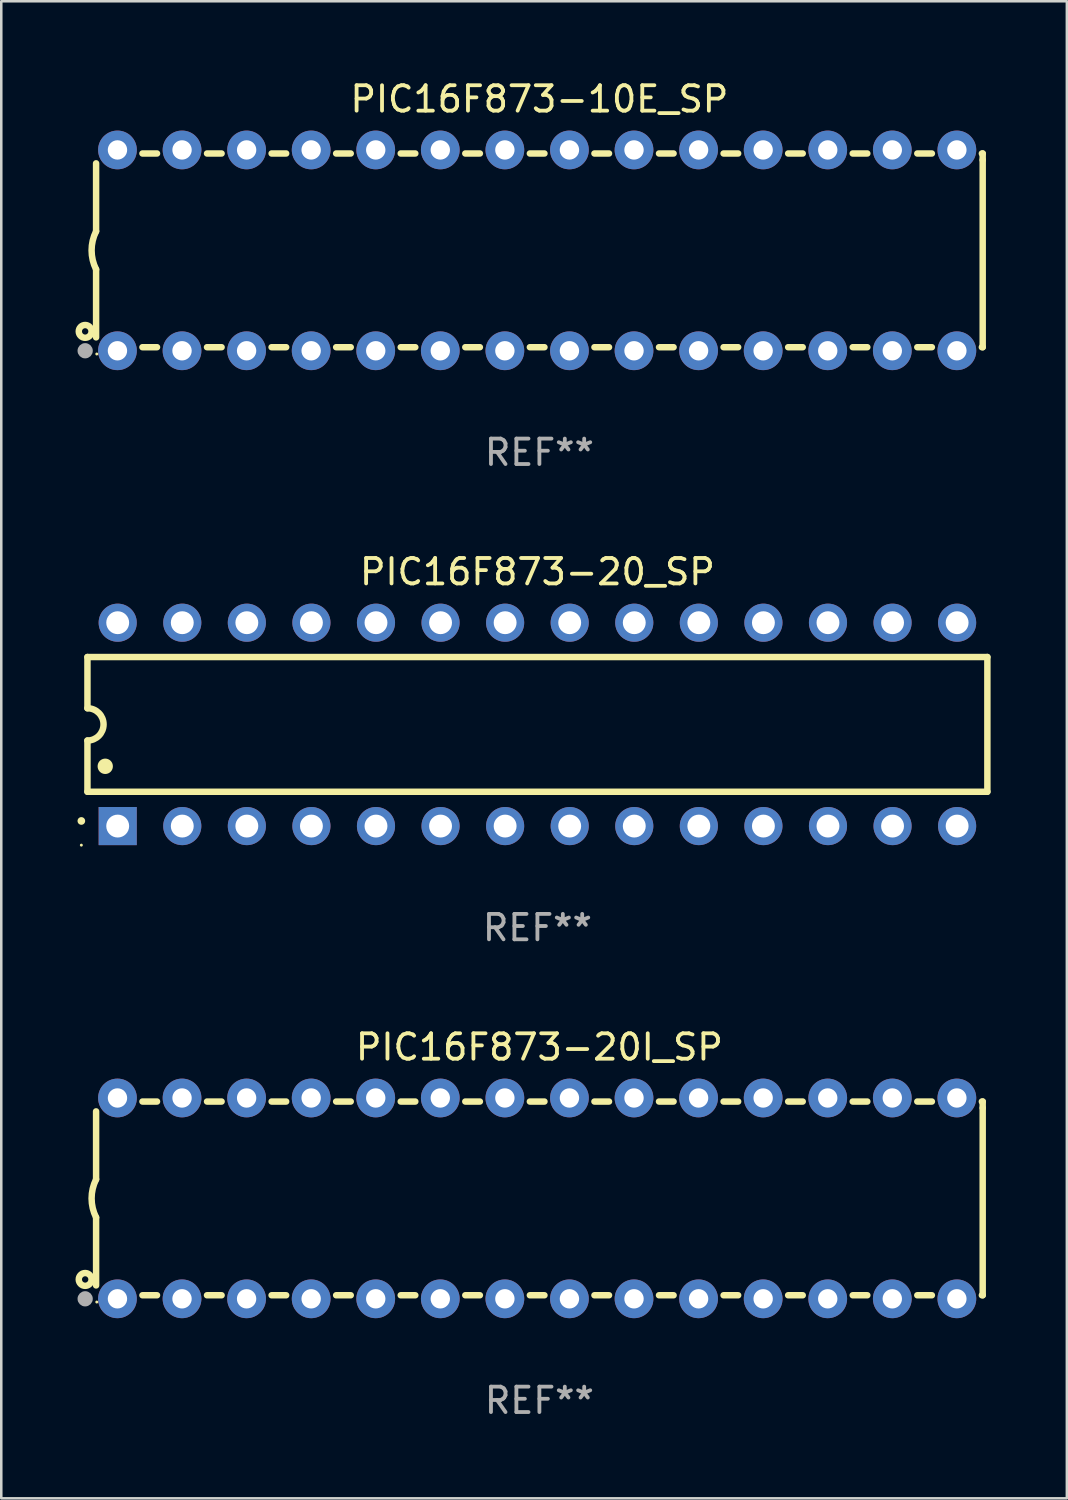
<source format=kicad_pcb>
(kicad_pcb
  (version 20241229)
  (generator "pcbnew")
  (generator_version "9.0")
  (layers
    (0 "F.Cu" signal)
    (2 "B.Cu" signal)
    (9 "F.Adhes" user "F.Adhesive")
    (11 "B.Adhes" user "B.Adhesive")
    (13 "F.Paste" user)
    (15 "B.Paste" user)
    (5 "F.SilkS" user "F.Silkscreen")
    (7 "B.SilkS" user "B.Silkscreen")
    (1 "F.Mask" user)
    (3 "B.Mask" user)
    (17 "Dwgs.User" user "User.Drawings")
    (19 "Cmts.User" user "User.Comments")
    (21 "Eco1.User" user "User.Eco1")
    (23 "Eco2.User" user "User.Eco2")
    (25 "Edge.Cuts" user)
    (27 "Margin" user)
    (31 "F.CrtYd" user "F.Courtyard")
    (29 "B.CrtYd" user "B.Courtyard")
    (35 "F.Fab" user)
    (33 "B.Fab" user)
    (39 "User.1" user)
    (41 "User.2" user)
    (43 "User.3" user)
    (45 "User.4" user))
  (footprint "PIC16F873-10E_SP"
    (layer "F.Cu")
    (at 18.168 6.798)
    (property "Reference" "PIC16F873-10E_SP" (at 0 -5.95 0) (layer "F.SilkS") (effects (font (size 1 1) (thickness 0.15))))
    (attr through_hole)
    (fp_line (start -17.438 0.75) (end -17.438 3.423) (stroke (width 0.254) (type solid)) (layer "F.SilkS"))
    (fp_line (start -17.438 -3.423) (end -17.438 -0.75) (stroke (width 0.254) (type solid)) (layer "F.SilkS"))
    (fp_line (start -15.615 3.81) (end -15.041 3.81) (stroke (width 0.254) (type solid)) (layer "F.SilkS"))
    (fp_line (start -15.041 -3.81) (end -15.614 -3.81) (stroke (width 0.254) (type solid)) (layer "F.SilkS"))
    (fp_line (start -13.075 3.81) (end -12.501 3.81) (stroke (width 0.254) (type solid)) (layer "F.SilkS"))
    (fp_line (start -12.501 -3.81) (end -13.074 -3.81) (stroke (width 0.254) (type solid)) (layer "F.SilkS"))
    (fp_line (start -10.535 3.81) (end -9.961 3.81) (stroke (width 0.254) (type solid)) (layer "F.SilkS"))
    (fp_line (start -9.961 -3.81) (end -10.534 -3.81) (stroke (width 0.254) (type solid)) (layer "F.SilkS"))
    (fp_line (start -7.995 3.81) (end -7.421 3.81) (stroke (width 0.254) (type solid)) (layer "F.SilkS"))
    (fp_line (start -7.421 -3.81) (end -7.995 -3.81) (stroke (width 0.254) (type solid)) (layer "F.SilkS"))
    (fp_line (start -5.455 3.81) (end -4.881 3.81) (stroke (width 0.254) (type solid)) (layer "F.SilkS"))
    (fp_line (start -4.881 -3.81) (end -5.455 -3.81) (stroke (width 0.254) (type solid)) (layer "F.SilkS"))
    (fp_line (start -2.915 3.81) (end -2.341 3.81) (stroke (width 0.254) (type solid)) (layer "F.SilkS"))
    (fp_line (start -2.341 -3.81) (end -2.915 -3.81) (stroke (width 0.254) (type solid)) (layer "F.SilkS"))
    (fp_line (start -0.375 3.81) (end 0.199 3.81) (stroke (width 0.254) (type solid)) (layer "F.SilkS"))
    (fp_line (start 0.199 -3.81) (end -0.375 -3.81) (stroke (width 0.254) (type solid)) (layer "F.SilkS"))
    (fp_line (start 2.165 3.81) (end 2.739 3.81) (stroke (width 0.254) (type solid)) (layer "F.SilkS"))
    (fp_line (start 2.739 -3.81) (end 2.165 -3.81) (stroke (width 0.254) (type solid)) (layer "F.SilkS"))
    (fp_line (start 4.705 3.81) (end 5.279 3.81) (stroke (width 0.254) (type solid)) (layer "F.SilkS"))
    (fp_line (start 5.279 -3.81) (end 4.705 -3.81) (stroke (width 0.254) (type solid)) (layer "F.SilkS"))
    (fp_line (start 7.245 3.81) (end 7.819 3.81) (stroke (width 0.254) (type solid)) (layer "F.SilkS"))
    (fp_line (start 7.819 -3.81) (end 7.245 -3.81) (stroke (width 0.254) (type solid)) (layer "F.SilkS"))
    (fp_line (start 9.785 3.81) (end 10.359 3.81) (stroke (width 0.254) (type solid)) (layer "F.SilkS"))
    (fp_line (start 10.359 -3.81) (end 9.785 -3.81) (stroke (width 0.254) (type solid)) (layer "F.SilkS"))
    (fp_line (start 12.325 3.81) (end 12.899 3.81) (stroke (width 0.254) (type solid)) (layer "F.SilkS"))
    (fp_line (start 12.899 -3.81) (end 12.325 -3.81) (stroke (width 0.254) (type solid)) (layer "F.SilkS"))
    (fp_line (start 14.865 3.81) (end 15.439 3.81) (stroke (width 0.254) (type solid)) (layer "F.SilkS"))
    (fp_line (start 15.439 -3.81) (end 14.865 -3.81) (stroke (width 0.254) (type solid)) (layer "F.SilkS"))
    (fp_line (start 17.405 3.81) (end 17.438 3.81) (stroke (width 0.254) (type solid)) (layer "F.SilkS"))
    (fp_line (start 17.438 -3.81) (end 17.405 -3.81) (stroke (width 0.254) (type solid)) (layer "F.SilkS"))
    (fp_line (start 17.438 -3.556) (end 17.438 -3.81) (stroke (width 0.254) (type solid)) (layer "F.SilkS"))
    (fp_line (start 17.438 3.81) (end 17.438 -3.556) (stroke (width 0.254) (type solid)) (layer "F.SilkS"))
    (fp_arc (start -17.437986 0.749657) (mid -17.614887 -0.000024) (end -17.437783 -0.749657) (stroke (width 0.254001) (type solid)) (layer "F.SilkS"))
    (fp_circle (center -17.868 3.188) (end -17.743 3.188) (stroke (width 0.254) (type solid)) (fill no) (layer "F.SilkS"))
    (fp_circle (center -17.411 4.077) (end -17.381 4.077) (stroke (width 0.06) (type solid)) (fill no) (layer "F.SilkS"))
    (fp_circle (center -17.868 3.95) (end -17.718 3.95) (stroke (width 0.3) (type solid)) (fill no) (layer "F.Fab"))
    (fp_text user "REF**" (at 0 7.95 0) (layer "F.Fab") (effects (font (size 1 1) (thickness 0.15))))
    (pad "1" thru_hole circle (at -16.598 3.95) (size 1.524 1.524) (drill 0.762) (layers "*.Cu" "*.Mask"))
    (pad "2" thru_hole circle (at -14.058 3.95) (size 1.524 1.524) (drill 0.762) (layers "*.Cu" "*.Mask"))
    (pad "3" thru_hole circle (at -11.518 3.95) (size 1.524 1.524) (drill 0.762) (layers "*.Cu" "*.Mask"))
    (pad "4" thru_hole circle (at -8.978 3.95) (size 1.524 1.524) (drill 0.762) (layers "*.Cu" "*.Mask"))
    (pad "5" thru_hole circle (at -6.438 3.95) (size 1.524 1.524) (drill 0.762) (layers "*.Cu" "*.Mask"))
    (pad "6" thru_hole circle (at -3.898 3.95) (size 1.524 1.524) (drill 0.762) (layers "*.Cu" "*.Mask"))
    (pad "7" thru_hole circle (at -1.358 3.95) (size 1.524 1.524) (drill 0.762) (layers "*.Cu" "*.Mask"))
    (pad "8" thru_hole circle (at 1.182 3.95) (size 1.524 1.524) (drill 0.762) (layers "*.Cu" "*.Mask"))
    (pad "9" thru_hole circle (at 3.722 3.95) (size 1.524 1.524) (drill 0.762) (layers "*.Cu" "*.Mask"))
    (pad "10" thru_hole circle (at 6.262 3.95) (size 1.524 1.524) (drill 0.762) (layers "*.Cu" "*.Mask"))
    (pad "11" thru_hole circle (at 8.802 3.95) (size 1.524 1.524) (drill 0.762) (layers "*.Cu" "*.Mask"))
    (pad "12" thru_hole circle (at 11.342 3.95) (size 1.524 1.524) (drill 0.762) (layers "*.Cu" "*.Mask"))
    (pad "13" thru_hole circle (at 13.882 3.95) (size 1.524 1.524) (drill 0.762) (layers "*.Cu" "*.Mask"))
    (pad "14" thru_hole circle (at 16.422 3.95) (size 1.524 1.524) (drill 0.762) (layers "*.Cu" "*.Mask"))
    (pad "15" thru_hole circle (at 16.422 -3.95) (size 1.524 1.524) (drill 0.762) (layers "*.Cu" "*.Mask"))
    (pad "16" thru_hole circle (at 13.882 -3.95) (size 1.524 1.524) (drill 0.762) (layers "*.Cu" "*.Mask"))
    (pad "17" thru_hole circle (at 11.342 -3.95) (size 1.524 1.524) (drill 0.762) (layers "*.Cu" "*.Mask"))
    (pad "18" thru_hole circle (at 8.802 -3.95) (size 1.524 1.524) (drill 0.762) (layers "*.Cu" "*.Mask"))
    (pad "19" thru_hole circle (at 6.262 -3.95) (size 1.524 1.524) (drill 0.762) (layers "*.Cu" "*.Mask"))
    (pad "20" thru_hole circle (at 3.722 -3.95) (size 1.524 1.524) (drill 0.762) (layers "*.Cu" "*.Mask"))
    (pad "21" thru_hole circle (at 1.182 -3.95) (size 1.524 1.524) (drill 0.762) (layers "*.Cu" "*.Mask"))
    (pad "22" thru_hole circle (at -1.358 -3.95) (size 1.524 1.524) (drill 0.762) (layers "*.Cu" "*.Mask"))
    (pad "23" thru_hole circle (at -3.898 -3.95) (size 1.524 1.524) (drill 0.762) (layers "*.Cu" "*.Mask"))
    (pad "24" thru_hole circle (at -6.438 -3.95) (size 1.524 1.524) (drill 0.762) (layers "*.Cu" "*.Mask"))
    (pad "25" thru_hole circle (at -8.978 -3.95) (size 1.524 1.524) (drill 0.762) (layers "*.Cu" "*.Mask"))
    (pad "26" thru_hole circle (at -11.517 -3.95) (size 1.524 1.524) (drill 0.762) (layers "*.Cu" "*.Mask"))
    (pad "27" thru_hole circle (at -14.057 -3.95) (size 1.524 1.524) (drill 0.762) (layers "*.Cu" "*.Mask"))
    (pad "28" thru_hole circle (at -16.597 -3.95) (size 1.524 1.524) (drill 0.762) (layers "*.Cu" "*.Mask")))
  (footprint "PIC16F873-20I_SP"
    (layer "F.Cu")
    (at 18.168 44.091)
    (property "Reference" "PIC16F873-20I_SP" (at 0 -5.95 0) (layer "F.SilkS") (effects (font (size 1 1) (thickness 0.15))))
    (attr through_hole)
    (fp_line (start -17.438 0.75) (end -17.438 3.423) (stroke (width 0.254) (type solid)) (layer "F.SilkS"))
    (fp_line (start -17.438 -3.423) (end -17.438 -0.75) (stroke (width 0.254) (type solid)) (layer "F.SilkS"))
    (fp_line (start -15.615 3.81) (end -15.041 3.81) (stroke (width 0.254) (type solid)) (layer "F.SilkS"))
    (fp_line (start -15.041 -3.81) (end -15.614 -3.81) (stroke (width 0.254) (type solid)) (layer "F.SilkS"))
    (fp_line (start -13.075 3.81) (end -12.501 3.81) (stroke (width 0.254) (type solid)) (layer "F.SilkS"))
    (fp_line (start -12.501 -3.81) (end -13.074 -3.81) (stroke (width 0.254) (type solid)) (layer "F.SilkS"))
    (fp_line (start -10.535 3.81) (end -9.961 3.81) (stroke (width 0.254) (type solid)) (layer "F.SilkS"))
    (fp_line (start -9.961 -3.81) (end -10.534 -3.81) (stroke (width 0.254) (type solid)) (layer "F.SilkS"))
    (fp_line (start -7.995 3.81) (end -7.421 3.81) (stroke (width 0.254) (type solid)) (layer "F.SilkS"))
    (fp_line (start -7.421 -3.81) (end -7.995 -3.81) (stroke (width 0.254) (type solid)) (layer "F.SilkS"))
    (fp_line (start -5.455 3.81) (end -4.881 3.81) (stroke (width 0.254) (type solid)) (layer "F.SilkS"))
    (fp_line (start -4.881 -3.81) (end -5.455 -3.81) (stroke (width 0.254) (type solid)) (layer "F.SilkS"))
    (fp_line (start -2.915 3.81) (end -2.341 3.81) (stroke (width 0.254) (type solid)) (layer "F.SilkS"))
    (fp_line (start -2.341 -3.81) (end -2.915 -3.81) (stroke (width 0.254) (type solid)) (layer "F.SilkS"))
    (fp_line (start -0.375 3.81) (end 0.199 3.81) (stroke (width 0.254) (type solid)) (layer "F.SilkS"))
    (fp_line (start 0.199 -3.81) (end -0.375 -3.81) (stroke (width 0.254) (type solid)) (layer "F.SilkS"))
    (fp_line (start 2.165 3.81) (end 2.739 3.81) (stroke (width 0.254) (type solid)) (layer "F.SilkS"))
    (fp_line (start 2.739 -3.81) (end 2.165 -3.81) (stroke (width 0.254) (type solid)) (layer "F.SilkS"))
    (fp_line (start 4.705 3.81) (end 5.279 3.81) (stroke (width 0.254) (type solid)) (layer "F.SilkS"))
    (fp_line (start 5.279 -3.81) (end 4.705 -3.81) (stroke (width 0.254) (type solid)) (layer "F.SilkS"))
    (fp_line (start 7.245 3.81) (end 7.819 3.81) (stroke (width 0.254) (type solid)) (layer "F.SilkS"))
    (fp_line (start 7.819 -3.81) (end 7.245 -3.81) (stroke (width 0.254) (type solid)) (layer "F.SilkS"))
    (fp_line (start 9.785 3.81) (end 10.359 3.81) (stroke (width 0.254) (type solid)) (layer "F.SilkS"))
    (fp_line (start 10.359 -3.81) (end 9.785 -3.81) (stroke (width 0.254) (type solid)) (layer "F.SilkS"))
    (fp_line (start 12.325 3.81) (end 12.899 3.81) (stroke (width 0.254) (type solid)) (layer "F.SilkS"))
    (fp_line (start 12.899 -3.81) (end 12.325 -3.81) (stroke (width 0.254) (type solid)) (layer "F.SilkS"))
    (fp_line (start 14.865 3.81) (end 15.439 3.81) (stroke (width 0.254) (type solid)) (layer "F.SilkS"))
    (fp_line (start 15.439 -3.81) (end 14.865 -3.81) (stroke (width 0.254) (type solid)) (layer "F.SilkS"))
    (fp_line (start 17.405 3.81) (end 17.438 3.81) (stroke (width 0.254) (type solid)) (layer "F.SilkS"))
    (fp_line (start 17.438 -3.81) (end 17.405 -3.81) (stroke (width 0.254) (type solid)) (layer "F.SilkS"))
    (fp_line (start 17.438 -3.556) (end 17.438 -3.81) (stroke (width 0.254) (type solid)) (layer "F.SilkS"))
    (fp_line (start 17.438 3.81) (end 17.438 -3.556) (stroke (width 0.254) (type solid)) (layer "F.SilkS"))
    (fp_arc (start -17.437986 0.749657) (mid -17.614887 -0.000024) (end -17.437783 -0.749657) (stroke (width 0.254001) (type solid)) (layer "F.SilkS"))
    (fp_circle (center -17.868 3.188) (end -17.743 3.188) (stroke (width 0.254) (type solid)) (fill no) (layer "F.SilkS"))
    (fp_circle (center -17.411 4.077) (end -17.381 4.077) (stroke (width 0.06) (type solid)) (fill no) (layer "F.SilkS"))
    (fp_circle (center -17.868 3.95) (end -17.718 3.95) (stroke (width 0.3) (type solid)) (fill no) (layer "F.Fab"))
    (fp_text user "REF**" (at 0 7.95 0) (layer "F.Fab") (effects (font (size 1 1) (thickness 0.15))))
    (pad "1" thru_hole circle (at -16.598 3.95) (size 1.524 1.524) (drill 0.762) (layers "*.Cu" "*.Mask"))
    (pad "2" thru_hole circle (at -14.058 3.95) (size 1.524 1.524) (drill 0.762) (layers "*.Cu" "*.Mask"))
    (pad "3" thru_hole circle (at -11.518 3.95) (size 1.524 1.524) (drill 0.762) (layers "*.Cu" "*.Mask"))
    (pad "4" thru_hole circle (at -8.978 3.95) (size 1.524 1.524) (drill 0.762) (layers "*.Cu" "*.Mask"))
    (pad "5" thru_hole circle (at -6.438 3.95) (size 1.524 1.524) (drill 0.762) (layers "*.Cu" "*.Mask"))
    (pad "6" thru_hole circle (at -3.898 3.95) (size 1.524 1.524) (drill 0.762) (layers "*.Cu" "*.Mask"))
    (pad "7" thru_hole circle (at -1.358 3.95) (size 1.524 1.524) (drill 0.762) (layers "*.Cu" "*.Mask"))
    (pad "8" thru_hole circle (at 1.182 3.95) (size 1.524 1.524) (drill 0.762) (layers "*.Cu" "*.Mask"))
    (pad "9" thru_hole circle (at 3.722 3.95) (size 1.524 1.524) (drill 0.762) (layers "*.Cu" "*.Mask"))
    (pad "10" thru_hole circle (at 6.262 3.95) (size 1.524 1.524) (drill 0.762) (layers "*.Cu" "*.Mask"))
    (pad "11" thru_hole circle (at 8.802 3.95) (size 1.524 1.524) (drill 0.762) (layers "*.Cu" "*.Mask"))
    (pad "12" thru_hole circle (at 11.342 3.95) (size 1.524 1.524) (drill 0.762) (layers "*.Cu" "*.Mask"))
    (pad "13" thru_hole circle (at 13.882 3.95) (size 1.524 1.524) (drill 0.762) (layers "*.Cu" "*.Mask"))
    (pad "14" thru_hole circle (at 16.422 3.95) (size 1.524 1.524) (drill 0.762) (layers "*.Cu" "*.Mask"))
    (pad "15" thru_hole circle (at 16.422 -3.95) (size 1.524 1.524) (drill 0.762) (layers "*.Cu" "*.Mask"))
    (pad "16" thru_hole circle (at 13.882 -3.95) (size 1.524 1.524) (drill 0.762) (layers "*.Cu" "*.Mask"))
    (pad "17" thru_hole circle (at 11.342 -3.95) (size 1.524 1.524) (drill 0.762) (layers "*.Cu" "*.Mask"))
    (pad "18" thru_hole circle (at 8.802 -3.95) (size 1.524 1.524) (drill 0.762) (layers "*.Cu" "*.Mask"))
    (pad "19" thru_hole circle (at 6.262 -3.95) (size 1.524 1.524) (drill 0.762) (layers "*.Cu" "*.Mask"))
    (pad "20" thru_hole circle (at 3.722 -3.95) (size 1.524 1.524) (drill 0.762) (layers "*.Cu" "*.Mask"))
    (pad "21" thru_hole circle (at 1.182 -3.95) (size 1.524 1.524) (drill 0.762) (layers "*.Cu" "*.Mask"))
    (pad "22" thru_hole circle (at -1.358 -3.95) (size 1.524 1.524) (drill 0.762) (layers "*.Cu" "*.Mask"))
    (pad "23" thru_hole circle (at -3.898 -3.95) (size 1.524 1.524) (drill 0.762) (layers "*.Cu" "*.Mask"))
    (pad "24" thru_hole circle (at -6.438 -3.95) (size 1.524 1.524) (drill 0.762) (layers "*.Cu" "*.Mask"))
    (pad "25" thru_hole circle (at -8.978 -3.95) (size 1.524 1.524) (drill 0.762) (layers "*.Cu" "*.Mask"))
    (pad "26" thru_hole circle (at -11.517 -3.95) (size 1.524 1.524) (drill 0.762) (layers "*.Cu" "*.Mask"))
    (pad "27" thru_hole circle (at -14.057 -3.95) (size 1.524 1.524) (drill 0.762) (layers "*.Cu" "*.Mask"))
    (pad "28" thru_hole circle (at -16.597 -3.95) (size 1.524 1.524) (drill 0.762) (layers "*.Cu" "*.Mask")))
  (footprint "PIC16F873-20_SP"
    (layer "F.Cu")
    (at 18.09 25.445)
    (property "Reference" "PIC16F873-20_SP" (at 0 -6 0) (layer "F.SilkS") (effects (font (size 1 1) (thickness 0.15))))
    (attr through_hole)
    (fp_line (start -17.7 -2.65) (end 17.7 -2.65) (stroke (width 0.254) (type solid)) (layer "F.SilkS"))
    (fp_line (start -17.7 -0.635) (end -17.7 -2.65) (stroke (width 0.254) (type solid)) (layer "F.SilkS"))
    (fp_line (start -17.7 2.65) (end -17.7 0.635) (stroke (width 0.254) (type solid)) (layer "F.SilkS"))
    (fp_line (start 17.7 -2.65) (end 17.7 2.65) (stroke (width 0.254) (type solid)) (layer "F.SilkS"))
    (fp_line (start 17.7 2.65) (end -17.7 2.65) (stroke (width 0.254) (type solid)) (layer "F.SilkS"))
    (fp_arc (start -17.940056 3.799848) (mid -17.940061 3.798578) (end -17.940056 3.797308) (stroke (width 0.3) (type solid)) (layer "F.SilkS"))
    (fp_arc (start -17.701295 -0.635001) (mid -17.066294 0) (end -17.701295 0.635001) (stroke (width 0.254001) (type solid)) (layer "F.SilkS"))
    (fp_arc (start -17.000254 1.651003) (mid -17.000265 1.648463) (end -17.000254 1.645923) (stroke (width 0.6) (type solid)) (layer "F.SilkS"))
    (fp_circle (center -17.94 4.75) (end -17.91 4.75) (stroke (width 0.06) (type solid)) (fill no) (layer "F.SilkS"))
    (fp_text user "REF**" (at 0 8 0) (layer "F.Fab") (effects (font (size 1 1) (thickness 0.15))))
    (pad "1" thru_hole rect (at -16.51 4 90) (size 1.5 1.5) (drill 0.9) (layers "*.Cu" "*.Mask"))
    (pad "2" thru_hole circle (at -13.97 4) (size 1.5 1.5) (drill 0.9) (layers "*.Cu" "*.Mask"))
    (pad "3" thru_hole circle (at -11.43 4) (size 1.5 1.5) (drill 0.9) (layers "*.Cu" "*.Mask"))
    (pad "4" thru_hole circle (at -8.89 4) (size 1.5 1.5) (drill 0.9) (layers "*.Cu" "*.Mask"))
    (pad "5" thru_hole circle (at -6.35 4) (size 1.5 1.5) (drill 0.9) (layers "*.Cu" "*.Mask"))
    (pad "6" thru_hole circle (at -3.81 4) (size 1.5 1.5) (drill 0.9) (layers "*.Cu" "*.Mask"))
    (pad "7" thru_hole circle (at -1.27 4) (size 1.5 1.5) (drill 0.9) (layers "*.Cu" "*.Mask"))
    (pad "8" thru_hole circle (at 1.27 4) (size 1.5 1.5) (drill 0.9) (layers "*.Cu" "*.Mask"))
    (pad "9" thru_hole circle (at 3.81 4) (size 1.5 1.5) (drill 0.9) (layers "*.Cu" "*.Mask"))
    (pad "10" thru_hole circle (at 6.35 4) (size 1.5 1.5) (drill 0.9) (layers "*.Cu" "*.Mask"))
    (pad "11" thru_hole circle (at 8.89 4) (size 1.5 1.5) (drill 0.9) (layers "*.Cu" "*.Mask"))
    (pad "12" thru_hole circle (at 11.43 4) (size 1.5 1.5) (drill 0.9) (layers "*.Cu" "*.Mask"))
    (pad "13" thru_hole circle (at 13.97 4) (size 1.5 1.5) (drill 0.9) (layers "*.Cu" "*.Mask"))
    (pad "14" thru_hole circle (at 16.51 4) (size 1.5 1.5) (drill 0.9) (layers "*.Cu" "*.Mask"))
    (pad "15" thru_hole circle (at 16.51 -4) (size 1.5 1.5) (drill 0.9) (layers "*.Cu" "*.Mask"))
    (pad "16" thru_hole circle (at 13.97 -4) (size 1.5 1.5) (drill 0.9) (layers "*.Cu" "*.Mask"))
    (pad "17" thru_hole circle (at 11.43 -4) (size 1.5 1.5) (drill 0.9) (layers "*.Cu" "*.Mask"))
    (pad "18" thru_hole circle (at 8.89 -4) (size 1.5 1.5) (drill 0.9) (layers "*.Cu" "*.Mask"))
    (pad "19" thru_hole circle (at 6.35 -4) (size 1.5 1.5) (drill 0.9) (layers "*.Cu" "*.Mask"))
    (pad "20" thru_hole circle (at 3.81 -4) (size 1.5 1.5) (drill 0.9) (layers "*.Cu" "*.Mask"))
    (pad "21" thru_hole circle (at 1.27 -4) (size 1.5 1.5) (drill 0.9) (layers "*.Cu" "*.Mask"))
    (pad "22" thru_hole circle (at -1.27 -4) (size 1.5 1.5) (drill 0.9) (layers "*.Cu" "*.Mask"))
    (pad "23" thru_hole circle (at -3.81 -4) (size 1.5 1.5) (drill 0.9) (layers "*.Cu" "*.Mask"))
    (pad "24" thru_hole circle (at -6.35 -4) (size 1.5 1.5) (drill 0.9) (layers "*.Cu" "*.Mask"))
    (pad "25" thru_hole circle (at -8.89 -4) (size 1.5 1.5) (drill 0.9) (layers "*.Cu" "*.Mask"))
    (pad "26" thru_hole circle (at -11.43 -4) (size 1.5 1.5) (drill 0.9) (layers "*.Cu" "*.Mask"))
    (pad "27" thru_hole circle (at -13.97 -4) (size 1.5 1.5) (drill 0.9) (layers "*.Cu" "*.Mask"))
    (pad "28" thru_hole circle (at -16.51 -4) (size 1.5 1.5) (drill 0.9) (layers "*.Cu" "*.Mask")))
  (gr_rect
    (start -3 -3)
    (end 38.917 55.889)
    (stroke (width 0.1) (type default))
    (fill no)
    (layer "Edge.Cuts")))
</source>
